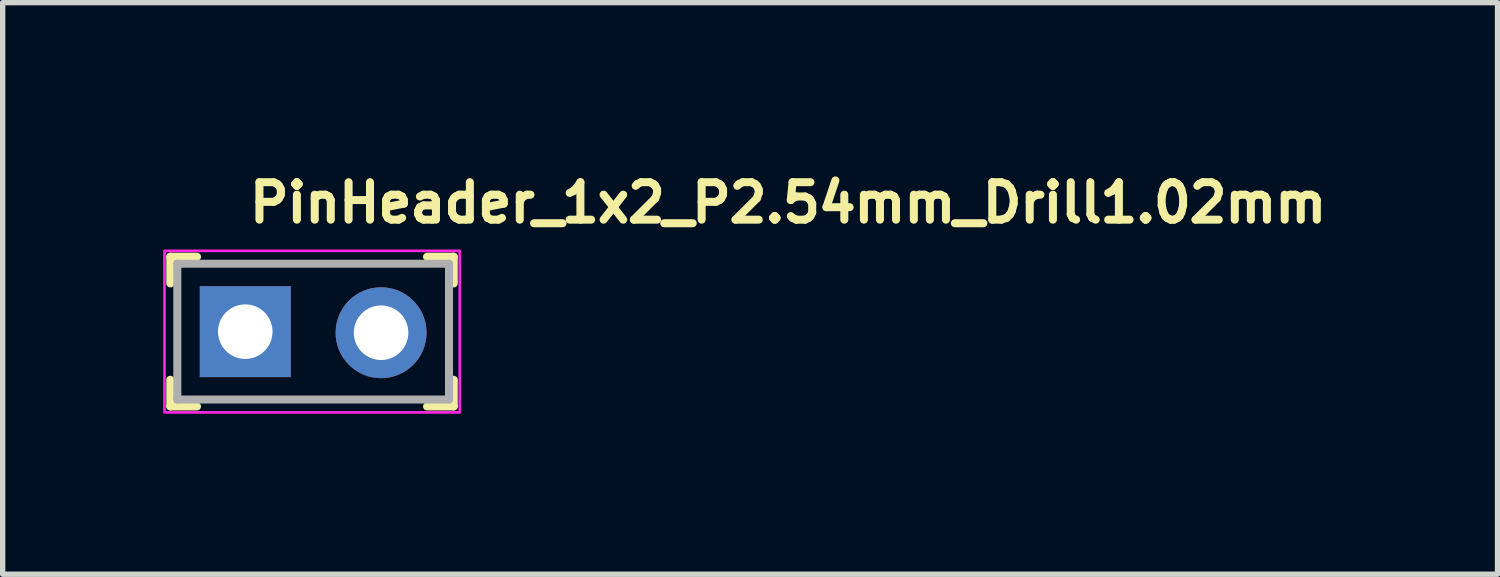
<source format=kicad_pcb>
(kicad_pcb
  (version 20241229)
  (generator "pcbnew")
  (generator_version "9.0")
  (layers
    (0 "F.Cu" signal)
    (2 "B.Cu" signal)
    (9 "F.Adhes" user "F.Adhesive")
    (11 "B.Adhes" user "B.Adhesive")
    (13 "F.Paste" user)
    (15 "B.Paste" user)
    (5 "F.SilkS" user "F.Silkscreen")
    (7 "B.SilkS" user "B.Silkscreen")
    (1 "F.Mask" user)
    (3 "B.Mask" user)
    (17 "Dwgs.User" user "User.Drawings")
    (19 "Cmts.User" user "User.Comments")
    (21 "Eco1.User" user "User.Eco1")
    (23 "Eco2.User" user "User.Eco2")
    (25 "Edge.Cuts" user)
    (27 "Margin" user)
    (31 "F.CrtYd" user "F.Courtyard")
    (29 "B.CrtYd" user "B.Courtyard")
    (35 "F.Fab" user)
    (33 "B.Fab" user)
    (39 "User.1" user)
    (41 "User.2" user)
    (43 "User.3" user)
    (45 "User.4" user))
  (footprint "PinHeader_1x2_P2.54mm_Drill1.02mm"
    (layer "F.Cu")
    (at 1.535 3.15)
    (property "Reference" "PinHeader_1x2_P2.54mm_Drill1.02mm" (at 0 -2 0) (layer "F.SilkS") (effects (font (size 0.7 0.7) (thickness 0.15)) (justify left bottom)))
    (attr through_hole)
    (fp_line (start -1.401 -1.401) (end -1.401 -0.902) (stroke (width 0.15) (type solid)) (layer "F.SilkS"))
    (fp_line (start -1.401 -1.401) (end -0.902 -1.401) (stroke (width 0.15) (type solid)) (layer "F.SilkS"))
    (fp_line (start -1.401 1.398) (end -1.401 0.9) (stroke (width 0.15) (type solid)) (layer "F.SilkS"))
    (fp_line (start -1.401 1.398) (end -0.902 1.398) (stroke (width 0.15) (type solid)) (layer "F.SilkS"))
    (fp_line (start 3.898 -1.401) (end 3.398 -1.401) (stroke (width 0.15) (type solid)) (layer "F.SilkS"))
    (fp_line (start 3.898 -1.401) (end 3.898 -0.902) (stroke (width 0.15) (type solid)) (layer "F.SilkS"))
    (fp_line (start 3.898 1.398) (end 3.398 1.398) (stroke (width 0.15) (type solid)) (layer "F.SilkS"))
    (fp_line (start 3.898 1.398) (end 3.898 0.9) (stroke (width 0.15) (type solid)) (layer "F.SilkS"))
    (fp_rect (start -1.51 -1.51) (end 4.01 1.51) (stroke (width 0.05) (type solid)) (fill no) (layer "F.CrtYd"))
    (fp_line (start -1.27 -1.27) (end 3.809 -1.27) (stroke (width 0.15) (type solid)) (layer "F.Fab"))
    (fp_line (start -1.27 1.269) (end -1.27 -1.27) (stroke (width 0.15) (type solid)) (layer "F.Fab"))
    (fp_line (start -1.27 1.269) (end 3.809 1.269) (stroke (width 0.15) (type solid)) (layer "F.Fab"))
    (fp_line (start 3.809 1.269) (end 3.809 -1.27) (stroke (width 0.15) (type solid)) (layer "F.Fab"))
    (fp_rect (start -1.27 -1.27) (end 3.809 1.269) (stroke (width 0.1) (type solid)) (fill no) (layer "User.5"))
    (fp_line (start -1.27 0.77) (end -1.27 -0.772) (stroke (width 0.02) (type solid)) (layer "User.9"))
    (fp_line (start -1.27 0.77) (end -1.02 1.269) (stroke (width 0.02) (type solid)) (layer "User.9"))
    (fp_line (start -1.02 -1.27) (end -1.27 -0.772) (stroke (width 0.02) (type solid)) (layer "User.9"))
    (fp_line (start -0.32 -0.32) (end -0.12 -0.12) (stroke (width 0.02) (type solid)) (layer "User.9"))
    (fp_line (start -0.32 -0.32) (end 0.32 -0.32) (stroke (width 0.02) (type solid)) (layer "User.9"))
    (fp_line (start -0.32 0.32) (end -0.32 -0.32) (stroke (width 0.02) (type solid)) (layer "User.9"))
    (fp_line (start -0.12 -0.12) (end -0.12 0.119) (stroke (width 0.02) (type solid)) (layer "User.9"))
    (fp_line (start -0.12 0.119) (end -0.32 0.32) (stroke (width 0.02) (type solid)) (layer "User.9"))
    (fp_line (start -0.12 0.119) (end 0.119 0.119) (stroke (width 0.02) (type solid)) (layer "User.9"))
    (fp_line (start 0.119 -0.12) (end -0.12 -0.12) (stroke (width 0.02) (type solid)) (layer "User.9"))
    (fp_line (start 0.119 -0.12) (end 0.32 -0.32) (stroke (width 0.02) (type solid)) (layer "User.9"))
    (fp_line (start 0.119 0.119) (end 0.119 -0.12) (stroke (width 0.02) (type solid)) (layer "User.9"))
    (fp_line (start 0.119 0.119) (end 0.32 0.32) (stroke (width 0.02) (type solid)) (layer "User.9"))
    (fp_line (start 0.32 -0.32) (end 0.32 0.32) (stroke (width 0.02) (type solid)) (layer "User.9"))
    (fp_line (start 0.32 0.32) (end -0.32 0.32) (stroke (width 0.02) (type solid)) (layer "User.9"))
    (fp_line (start 1.019 -1.27) (end -1.02 -1.27) (stroke (width 0.02) (type solid)) (layer "User.9"))
    (fp_line (start 1.019 1.269) (end -1.02 1.269) (stroke (width 0.02) (type solid)) (layer "User.9"))
    (fp_line (start 1.019 1.269) (end 1.269 0.77) (stroke (width 0.02) (type solid)) (layer "User.9"))
    (fp_line (start 1.269 -0.772) (end 1.019 -1.27) (stroke (width 0.02) (type solid)) (layer "User.9"))
    (fp_line (start 1.269 0.77) (end 1.519 1.269) (stroke (width 0.02) (type solid)) (layer "User.9"))
    (fp_line (start 1.519 -1.27) (end 1.269 -0.772) (stroke (width 0.02) (type solid)) (layer "User.9"))
    (fp_line (start 2.22 -0.32) (end 2.418 -0.12) (stroke (width 0.02) (type solid)) (layer "User.9"))
    (fp_line (start 2.22 -0.32) (end 2.858 -0.32) (stroke (width 0.02) (type solid)) (layer "User.9"))
    (fp_line (start 2.22 0.32) (end 2.22 -0.32) (stroke (width 0.02) (type solid)) (layer "User.9"))
    (fp_line (start 2.418 -0.12) (end 2.418 0.119) (stroke (width 0.02) (type solid)) (layer "User.9"))
    (fp_line (start 2.418 0.119) (end 2.22 0.32) (stroke (width 0.02) (type solid)) (layer "User.9"))
    (fp_line (start 2.418 0.119) (end 2.66 0.119) (stroke (width 0.02) (type solid)) (layer "User.9"))
    (fp_line (start 2.66 -0.12) (end 2.418 -0.12) (stroke (width 0.02) (type solid)) (layer "User.9"))
    (fp_line (start 2.66 -0.12) (end 2.858 -0.32) (stroke (width 0.02) (type solid)) (layer "User.9"))
    (fp_line (start 2.66 0.119) (end 2.66 -0.12) (stroke (width 0.02) (type solid)) (layer "User.9"))
    (fp_line (start 2.66 0.119) (end 2.858 0.32) (stroke (width 0.02) (type solid)) (layer "User.9"))
    (fp_line (start 2.858 -0.32) (end 2.858 0.32) (stroke (width 0.02) (type solid)) (layer "User.9"))
    (fp_line (start 2.858 0.32) (end 2.22 0.32) (stroke (width 0.02) (type solid)) (layer "User.9"))
    (fp_line (start 3.559 -1.27) (end 1.519 -1.27) (stroke (width 0.02) (type solid)) (layer "User.9"))
    (fp_line (start 3.559 1.269) (end 1.519 1.269) (stroke (width 0.02) (type solid)) (layer "User.9"))
    (fp_line (start 3.559 1.269) (end 3.809 0.77) (stroke (width 0.02) (type solid)) (layer "User.9"))
    (fp_line (start 3.809 -0.772) (end 3.559 -1.27) (stroke (width 0.02) (type solid)) (layer "User.9"))
    (fp_line (start 3.809 0.77) (end 3.809 -0.772) (stroke (width 0.02) (type solid)) (layer "User.9"))
    (pad "1" thru_hole rect (at 0 0) (size 1.7 1.7) (drill 1.02) (layers "*.Cu" "*.Mask"))
    (pad "2" thru_hole circle (at 2.539 0.02) (size 1.7 1.7) (drill 1.02) (layers "*.Cu" "*.Mask")))
  (gr_rect
    (start -3 -3)
    (end 24.945 7.685)
    (stroke (width 0.1) (type default))
    (fill no)
    (layer "Edge.Cuts")))
</source>
